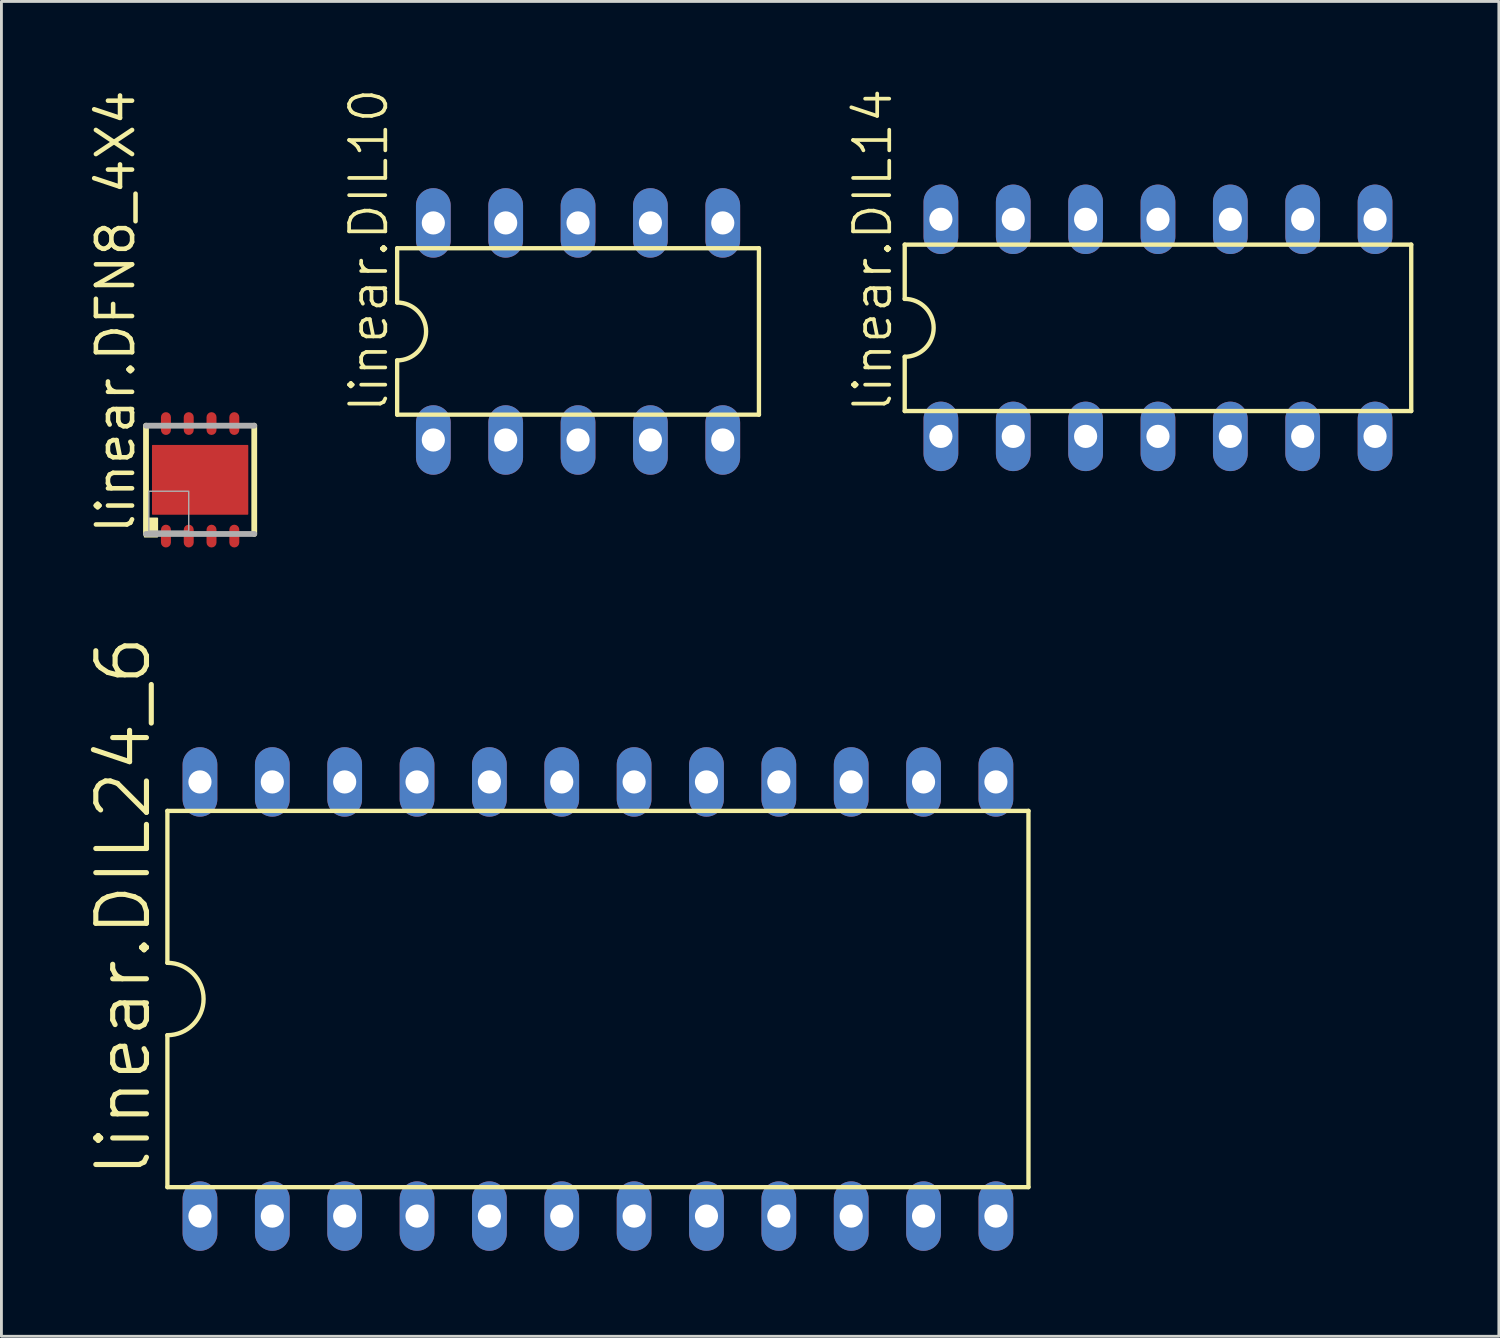
<source format=kicad_pcb>
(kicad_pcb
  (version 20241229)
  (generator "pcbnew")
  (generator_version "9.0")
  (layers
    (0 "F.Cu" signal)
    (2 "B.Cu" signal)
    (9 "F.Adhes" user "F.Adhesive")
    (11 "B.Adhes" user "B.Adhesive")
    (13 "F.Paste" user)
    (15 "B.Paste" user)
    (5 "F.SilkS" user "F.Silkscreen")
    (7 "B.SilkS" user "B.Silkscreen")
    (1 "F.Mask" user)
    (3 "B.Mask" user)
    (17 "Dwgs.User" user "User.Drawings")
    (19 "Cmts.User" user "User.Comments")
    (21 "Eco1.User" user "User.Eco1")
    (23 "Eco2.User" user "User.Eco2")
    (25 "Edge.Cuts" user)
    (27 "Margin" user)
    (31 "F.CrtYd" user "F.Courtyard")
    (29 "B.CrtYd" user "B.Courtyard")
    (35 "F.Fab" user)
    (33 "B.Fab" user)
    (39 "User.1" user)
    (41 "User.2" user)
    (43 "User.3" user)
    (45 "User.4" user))
  (footprint "linear.DIL14"
    (layer "F.Cu")
    (at 37.598 8.458)
    (property "Reference" "linear.DIL14" (at -9.271 3.048 90) (layer "F.SilkS") (effects (font (size 1.27 1.27) (thickness 0.13)) (justify left bottom)))
    (attr through_hole)
    (fp_line (start -8.89 -2.921) (end -8.89 -1.016) (stroke (width 0.152) (type default)) (layer "F.SilkS"))
    (fp_line (start -8.89 2.921) (end -8.89 1.016) (stroke (width 0.152) (type default)) (layer "F.SilkS"))
    (fp_line (start -8.89 2.921) (end 8.89 2.921) (stroke (width 0.152) (type default)) (layer "F.SilkS"))
    (fp_line (start 8.89 -2.921) (end -8.89 -2.921) (stroke (width 0.152) (type default)) (layer "F.SilkS"))
    (fp_line (start 8.89 -2.921) (end 8.89 2.921) (stroke (width 0.152) (type default)) (layer "F.SilkS"))
    (fp_arc (start -8.89 -1.016) (mid -7.874 0) (end -8.89 1.016) (stroke (width 0.1524) (type default)) (layer "F.SilkS"))
    (pad "1" thru_hole oval (at -7.62 3.81 90) (size 2.438 1.219) (drill 0.813) (layers "*.Cu" "*.Mask"))
    (pad "2" thru_hole oval (at -5.08 3.81 90) (size 2.438 1.219) (drill 0.813) (layers "*.Cu" "*.Mask"))
    (pad "3" thru_hole oval (at -2.54 3.81 90) (size 2.438 1.219) (drill 0.813) (layers "*.Cu" "*.Mask"))
    (pad "4" thru_hole oval (at 0 3.81 90) (size 2.438 1.219) (drill 0.813) (layers "*.Cu" "*.Mask"))
    (pad "5" thru_hole oval (at 2.54 3.81 90) (size 2.438 1.219) (drill 0.813) (layers "*.Cu" "*.Mask"))
    (pad "6" thru_hole oval (at 5.08 3.81 90) (size 2.438 1.219) (drill 0.813) (layers "*.Cu" "*.Mask"))
    (pad "7" thru_hole oval (at 7.62 3.81 90) (size 2.438 1.219) (drill 0.813) (layers "*.Cu" "*.Mask"))
    (pad "8" thru_hole oval (at 7.62 -3.81 90) (size 2.438 1.219) (drill 0.813) (layers "*.Cu" "*.Mask"))
    (pad "9" thru_hole oval (at 5.08 -3.81 90) (size 2.438 1.219) (drill 0.813) (layers "*.Cu" "*.Mask"))
    (pad "10" thru_hole oval (at 2.54 -3.81 90) (size 2.438 1.219) (drill 0.813) (layers "*.Cu" "*.Mask"))
    (pad "11" thru_hole oval (at 0 -3.81 90) (size 2.438 1.219) (drill 0.813) (layers "*.Cu" "*.Mask"))
    (pad "12" thru_hole oval (at -2.54 -3.81 90) (size 2.438 1.219) (drill 0.813) (layers "*.Cu" "*.Mask"))
    (pad "13" thru_hole oval (at -5.08 -3.81 90) (size 2.438 1.219) (drill 0.813) (layers "*.Cu" "*.Mask"))
    (pad "14" thru_hole oval (at -7.62 -3.81 90) (size 2.438 1.219) (drill 0.813) (layers "*.Cu" "*.Mask")))
  (footprint "linear.DIL10"
    (layer "F.Cu")
    (at 17.241 8.585)
    (property "Reference" "linear.DIL10" (at -6.604 2.921 90) (layer "F.SilkS") (effects (font (size 1.27 1.27) (thickness 0.13)) (justify left bottom)))
    (attr through_hole)
    (fp_line (start -6.35 -2.921) (end -6.35 -1.016) (stroke (width 0.152) (type default)) (layer "F.SilkS"))
    (fp_line (start -6.35 2.921) (end -6.35 1.016) (stroke (width 0.152) (type default)) (layer "F.SilkS"))
    (fp_line (start -6.35 2.921) (end 6.35 2.921) (stroke (width 0.152) (type default)) (layer "F.SilkS"))
    (fp_line (start 6.35 -2.921) (end -6.35 -2.921) (stroke (width 0.152) (type default)) (layer "F.SilkS"))
    (fp_line (start 6.35 -2.921) (end 6.35 2.921) (stroke (width 0.152) (type default)) (layer "F.SilkS"))
    (fp_arc (start -6.35 -1.016) (mid -5.334 0) (end -6.35 1.016) (stroke (width 0.1524) (type default)) (layer "F.SilkS"))
    (pad "1" thru_hole oval (at -5.08 3.81 90) (size 2.438 1.219) (drill 0.813) (layers "*.Cu" "*.Mask"))
    (pad "2" thru_hole oval (at -2.54 3.81 90) (size 2.438 1.219) (drill 0.813) (layers "*.Cu" "*.Mask"))
    (pad "3" thru_hole oval (at 0 3.81 90) (size 2.438 1.219) (drill 0.813) (layers "*.Cu" "*.Mask"))
    (pad "4" thru_hole oval (at 2.54 3.81 90) (size 2.438 1.219) (drill 0.813) (layers "*.Cu" "*.Mask"))
    (pad "5" thru_hole oval (at 5.08 3.81 90) (size 2.438 1.219) (drill 0.813) (layers "*.Cu" "*.Mask"))
    (pad "6" thru_hole oval (at 5.08 -3.81 90) (size 2.438 1.219) (drill 0.813) (layers "*.Cu" "*.Mask"))
    (pad "7" thru_hole oval (at 2.54 -3.81 90) (size 2.438 1.219) (drill 0.813) (layers "*.Cu" "*.Mask"))
    (pad "8" thru_hole oval (at 0 -3.81 90) (size 2.438 1.219) (drill 0.813) (layers "*.Cu" "*.Mask"))
    (pad "9" thru_hole oval (at -2.54 -3.81 90) (size 2.438 1.219) (drill 0.813) (layers "*.Cu" "*.Mask"))
    (pad "10" thru_hole oval (at -5.08 -3.81 90) (size 2.438 1.219) (drill 0.813) (layers "*.Cu" "*.Mask")))
  (footprint "linear.DFN8_4X4"
    (layer "F.Cu")
    (at 3.975 13.793)
    (property "Reference" "linear.DFN8_4X4" (at -2.225 1.975 90) (layer "F.SilkS") (effects (font (size 1.27 1.27) (thickness 0.16)) (justify left bottom)))
    (attr smd)
    (fp_rect (start -1.725 1.275) (end 1.725 -1.275) (stroke (width 0.05) (type default)) (fill yes) (layer "F.Mask"))
    (fp_rect (start -1.4 -1.55) (end -1 -2.4) (stroke (width 0.05) (type default)) (fill yes) (layer "F.Mask"))
    (fp_rect (start -1.4 2.4) (end -1 1.55) (stroke (width 0.05) (type default)) (fill yes) (layer "F.Mask"))
    (fp_rect (start -0.6 -1.55) (end -0.2 -2.4) (stroke (width 0.05) (type default)) (fill yes) (layer "F.Mask"))
    (fp_rect (start -0.6 2.4) (end -0.2 1.55) (stroke (width 0.05) (type default)) (fill yes) (layer "F.Mask"))
    (fp_rect (start 0.2 -1.55) (end 0.6 -2.4) (stroke (width 0.05) (type default)) (fill yes) (layer "F.Mask"))
    (fp_rect (start 0.2 2.4) (end 0.6 1.55) (stroke (width 0.05) (type default)) (fill yes) (layer "F.Mask"))
    (fp_rect (start 1 -1.55) (end 1.4 -2.4) (stroke (width 0.05) (type default)) (fill yes) (layer "F.Mask"))
    (fp_rect (start 1 2.4) (end 1.4 1.55) (stroke (width 0.05) (type default)) (fill yes) (layer "F.Mask"))
    (fp_line (start -1.9 1.9) (end -1.9 -1.9) (stroke (width 0.203) (type default)) (layer "F.SilkS"))
    (fp_line (start 1.9 -1.9) (end 1.9 1.9) (stroke (width 0.203) (type default)) (layer "F.SilkS"))
    (fp_rect (start -1.95 2) (end -1.5 1.35) (stroke (width 0.05) (type default)) (fill yes) (layer "F.SilkS"))
    (fp_rect (start -1.65 -0.15) (end -0.15 -1.15) (stroke (width 0.05) (type default)) (fill yes) (layer "F.Paste"))
    (fp_rect (start -1.65 1.15) (end -0.15 0.15) (stroke (width 0.05) (type default)) (fill yes) (layer "F.Paste"))
    (fp_rect (start -1.35 -1.625) (end -1.05 -2.325) (stroke (width 0.05) (type default)) (fill yes) (layer "F.Paste"))
    (fp_rect (start -1.35 2.325) (end -1.05 1.625) (stroke (width 0.05) (type default)) (fill yes) (layer "F.Paste"))
    (fp_rect (start -0.55 -1.625) (end -0.25 -2.325) (stroke (width 0.05) (type default)) (fill yes) (layer "F.Paste"))
    (fp_rect (start -0.55 2.325) (end -0.25 1.625) (stroke (width 0.05) (type default)) (fill yes) (layer "F.Paste"))
    (fp_rect (start 0.15 -0.15) (end 1.65 -1.15) (stroke (width 0.05) (type default)) (fill yes) (layer "F.Paste"))
    (fp_rect (start 0.15 1.15) (end 1.65 0.15) (stroke (width 0.05) (type default)) (fill yes) (layer "F.Paste"))
    (fp_rect (start 0.25 -1.625) (end 0.55 -2.325) (stroke (width 0.05) (type default)) (fill yes) (layer "F.Paste"))
    (fp_rect (start 0.25 2.325) (end 0.55 1.625) (stroke (width 0.05) (type default)) (fill yes) (layer "F.Paste"))
    (fp_rect (start 1.05 -1.625) (end 1.35 -2.325) (stroke (width 0.05) (type default)) (fill yes) (layer "F.Paste"))
    (fp_rect (start 1.05 2.325) (end 1.35 1.625) (stroke (width 0.05) (type default)) (fill yes) (layer "F.Paste"))
    (fp_line (start -1.9 -1.9) (end 1.9 -1.9) (stroke (width 0.203) (type default)) (layer "F.Fab"))
    (fp_line (start 1.9 1.9) (end -1.9 1.9) (stroke (width 0.203) (type default)) (layer "F.Fab"))
    (fp_rect (start -1.8 1.8) (end -0.4 0.4) (stroke (width 0.05) (type default)) (fill no) (layer "F.Fab"))
    (pad "1" smd roundrect (at -1.2 1.975) (size 0.35 0.8) (layers "F.Cu" "F.Mask" "F.Paste") (roundrect_rratio 0.5))
    (pad "2" smd roundrect (at -0.4 1.975) (size 0.35 0.8) (layers "F.Cu" "F.Mask" "F.Paste") (roundrect_rratio 0.5))
    (pad "3" smd roundrect (at 0.4 1.975) (size 0.35 0.8) (layers "F.Cu" "F.Mask" "F.Paste") (roundrect_rratio 0.5))
    (pad "4" smd roundrect (at 1.2 1.975) (size 0.35 0.8) (layers "F.Cu" "F.Mask" "F.Paste") (roundrect_rratio 0.5))
    (pad "5" smd roundrect (at 1.2 -1.975 180) (size 0.35 0.8) (layers "F.Cu" "F.Mask" "F.Paste") (roundrect_rratio 0.5))
    (pad "6" smd roundrect (at 0.4 -1.975 180) (size 0.35 0.8) (layers "F.Cu" "F.Mask" "F.Paste") (roundrect_rratio 0.5))
    (pad "7" smd roundrect (at -0.4 -1.975 180) (size 0.35 0.8) (layers "F.Cu" "F.Mask" "F.Paste") (roundrect_rratio 0.5))
    (pad "8" smd roundrect (at -1.2 -1.975 180) (size 0.35 0.8) (layers "F.Cu" "F.Mask" "F.Paste") (roundrect_rratio 0.5))
    (pad "TH" smd roundrect (at 0 0) (size 3.38 2.45) (layers "F.Cu" "F.Mask" "F.Paste") (roundrect_rratio 0.01)))
  (footprint "linear.DIL24_6"
    (layer "F.Cu")
    (at 17.939 32.018)
    (property "Reference" "linear.DIL24_6" (at -15.621 6.35 90) (layer "F.SilkS") (effects (font (size 1.778 1.778) (thickness 0.18)) (justify left bottom)))
    (attr through_hole)
    (fp_line (start -15.113 -6.604) (end -15.113 -1.27) (stroke (width 0.152) (type default)) (layer "F.SilkS"))
    (fp_line (start -15.113 -6.604) (end 15.113 -6.604) (stroke (width 0.152) (type default)) (layer "F.SilkS"))
    (fp_line (start -15.113 1.27) (end -15.113 6.604) (stroke (width 0.152) (type default)) (layer "F.SilkS"))
    (fp_line (start -15.113 6.604) (end 15.113 6.604) (stroke (width 0.152) (type default)) (layer "F.SilkS"))
    (fp_line (start 15.113 6.604) (end 15.113 -6.604) (stroke (width 0.152) (type default)) (layer "F.SilkS"))
    (fp_arc (start -15.113 -1.27) (mid -13.843 0) (end -15.113 1.27) (stroke (width 0.1524) (type default)) (layer "F.SilkS"))
    (pad "1" thru_hole oval (at -13.97 7.62 90) (size 2.438 1.219) (drill 0.813) (layers "*.Cu" "*.Mask"))
    (pad "2" thru_hole oval (at -11.43 7.62 90) (size 2.438 1.219) (drill 0.813) (layers "*.Cu" "*.Mask"))
    (pad "3" thru_hole oval (at -8.89 7.62 90) (size 2.438 1.219) (drill 0.813) (layers "*.Cu" "*.Mask"))
    (pad "4" thru_hole oval (at -6.35 7.62 90) (size 2.438 1.219) (drill 0.813) (layers "*.Cu" "*.Mask"))
    (pad "5" thru_hole oval (at -3.81 7.62 90) (size 2.438 1.219) (drill 0.813) (layers "*.Cu" "*.Mask"))
    (pad "6" thru_hole oval (at -1.27 7.62 90) (size 2.438 1.219) (drill 0.813) (layers "*.Cu" "*.Mask"))
    (pad "7" thru_hole oval (at 1.27 7.62 90) (size 2.438 1.219) (drill 0.813) (layers "*.Cu" "*.Mask"))
    (pad "8" thru_hole oval (at 3.81 7.62 90) (size 2.438 1.219) (drill 0.813) (layers "*.Cu" "*.Mask"))
    (pad "9" thru_hole oval (at 6.35 7.62 90) (size 2.438 1.219) (drill 0.813) (layers "*.Cu" "*.Mask"))
    (pad "10" thru_hole oval (at 8.89 7.62 90) (size 2.438 1.219) (drill 0.813) (layers "*.Cu" "*.Mask"))
    (pad "11" thru_hole oval (at 11.43 7.62 90) (size 2.438 1.219) (drill 0.813) (layers "*.Cu" "*.Mask"))
    (pad "12" thru_hole oval (at 13.97 7.62 90) (size 2.438 1.219) (drill 0.813) (layers "*.Cu" "*.Mask"))
    (pad "13" thru_hole oval (at 13.97 -7.62 90) (size 2.438 1.219) (drill 0.813) (layers "*.Cu" "*.Mask"))
    (pad "14" thru_hole oval (at 11.43 -7.62 90) (size 2.438 1.219) (drill 0.813) (layers "*.Cu" "*.Mask"))
    (pad "15" thru_hole oval (at 8.89 -7.62 90) (size 2.438 1.219) (drill 0.813) (layers "*.Cu" "*.Mask"))
    (pad "16" thru_hole oval (at 6.35 -7.62 90) (size 2.438 1.219) (drill 0.813) (layers "*.Cu" "*.Mask"))
    (pad "17" thru_hole oval (at 3.81 -7.62 90) (size 2.438 1.219) (drill 0.813) (layers "*.Cu" "*.Mask"))
    (pad "18" thru_hole oval (at 1.27 -7.62 90) (size 2.438 1.219) (drill 0.813) (layers "*.Cu" "*.Mask"))
    (pad "19" thru_hole oval (at -1.27 -7.62 90) (size 2.438 1.219) (drill 0.813) (layers "*.Cu" "*.Mask"))
    (pad "20" thru_hole oval (at -3.81 -7.62 90) (size 2.438 1.219) (drill 0.813) (layers "*.Cu" "*.Mask"))
    (pad "21" thru_hole oval (at -6.35 -7.62 90) (size 2.438 1.219) (drill 0.813) (layers "*.Cu" "*.Mask"))
    (pad "22" thru_hole oval (at -8.89 -7.62 90) (size 2.438 1.219) (drill 0.813) (layers "*.Cu" "*.Mask"))
    (pad "23" thru_hole oval (at -11.43 -7.62 90) (size 2.438 1.219) (drill 0.813) (layers "*.Cu" "*.Mask"))
    (pad "24" thru_hole oval (at -13.97 -7.62 90) (size 2.438 1.219) (drill 0.813) (layers "*.Cu" "*.Mask")))
  (gr_rect
    (start -3 -3)
    (end 49.564 43.857)
    (stroke (width 0.1) (type default))
    (fill no)
    (layer "Edge.Cuts")))
</source>
